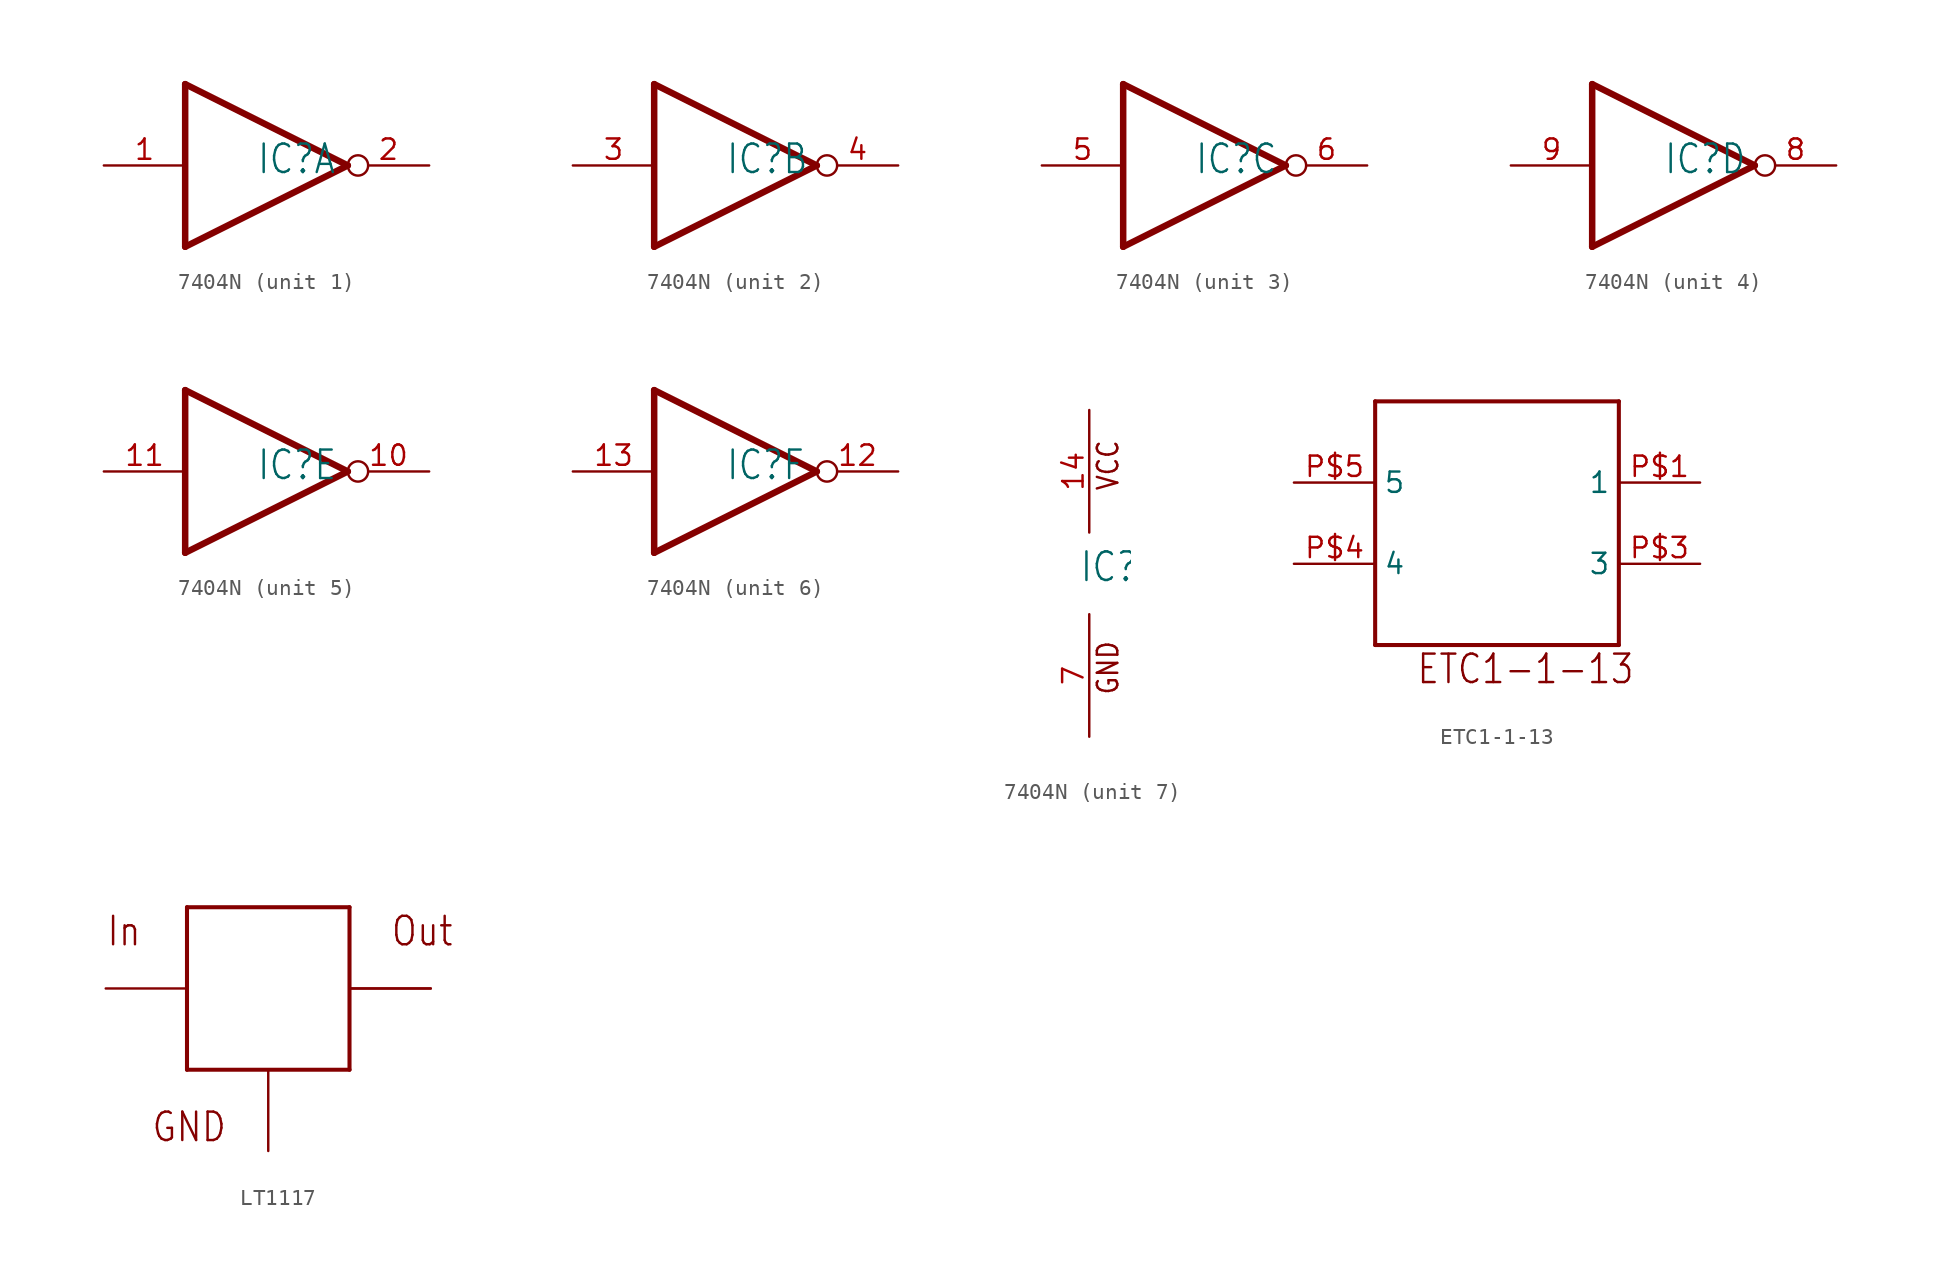
<source format=kicad_sym>
(kicad_symbol_lib
  (version 20231120)
  (generator "kicad_symbol_editor")
  (generator_version "8.0")
  (symbol "7404N"
    (property "Reference" "IC"
      (at -0.635 -0.635 0)
      (effects (font (size 1.778 1.511)) (justify left bottom)))
    (property "ki_locked" ""
      (at 0 0 0)
      (effects (font (size 1.27 1.27))))
    (symbol "7404N_1_0"
      (polyline (pts (xy -5.08 -5.08) (xy -5.08 5.08)) (stroke (width 0.406) (type solid)) (fill (type none)))
      (polyline (pts (xy -5.08 5.08) (xy 5.08 0)) (stroke (width 0.406) (type solid)) (fill (type none)))
      (polyline (pts (xy 5.08 0) (xy -5.08 -5.08)) (stroke (width 0.406) (type solid)) (fill (type none)))
      (pin input line (at -10.16 0 0) (length 5.08) (name "I" (effects (font (size 0 0)))) (number "1" (effects (font (size 1.27 1.27)))))
      (pin output inverted (at 10.16 0 180) (length 5.08) (name "O" (effects (font (size 0 0)))) (number "2" (effects (font (size 1.27 1.27))))))
    (symbol "7404N_2_0"
      (polyline (pts (xy -5.08 -5.08) (xy -5.08 5.08)) (stroke (width 0.406) (type solid)) (fill (type none)))
      (polyline (pts (xy -5.08 5.08) (xy 5.08 0)) (stroke (width 0.406) (type solid)) (fill (type none)))
      (polyline (pts (xy 5.08 0) (xy -5.08 -5.08)) (stroke (width 0.406) (type solid)) (fill (type none)))
      (pin input line (at -10.16 0 0) (length 5.08) (name "I" (effects (font (size 0 0)))) (number "3" (effects (font (size 1.27 1.27)))))
      (pin output inverted (at 10.16 0 180) (length 5.08) (name "O" (effects (font (size 0 0)))) (number "4" (effects (font (size 1.27 1.27))))))
    (symbol "7404N_3_0"
      (polyline (pts (xy -5.08 -5.08) (xy -5.08 5.08)) (stroke (width 0.406) (type solid)) (fill (type none)))
      (polyline (pts (xy -5.08 5.08) (xy 5.08 0)) (stroke (width 0.406) (type solid)) (fill (type none)))
      (polyline (pts (xy 5.08 0) (xy -5.08 -5.08)) (stroke (width 0.406) (type solid)) (fill (type none)))
      (pin input line (at -10.16 0 0) (length 5.08) (name "I" (effects (font (size 0 0)))) (number "5" (effects (font (size 1.27 1.27)))))
      (pin output inverted (at 10.16 0 180) (length 5.08) (name "O" (effects (font (size 0 0)))) (number "6" (effects (font (size 1.27 1.27))))))
    (symbol "7404N_4_0"
      (polyline (pts (xy -5.08 -5.08) (xy -5.08 5.08)) (stroke (width 0.406) (type solid)) (fill (type none)))
      (polyline (pts (xy -5.08 5.08) (xy 5.08 0)) (stroke (width 0.406) (type solid)) (fill (type none)))
      (polyline (pts (xy 5.08 0) (xy -5.08 -5.08)) (stroke (width 0.406) (type solid)) (fill (type none)))
      (pin output inverted (at 10.16 0 180) (length 5.08) (name "O" (effects (font (size 0 0)))) (number "8" (effects (font (size 1.27 1.27)))))
      (pin input line (at -10.16 0 0) (length 5.08) (name "I" (effects (font (size 0 0)))) (number "9" (effects (font (size 1.27 1.27))))))
    (symbol "7404N_5_0"
      (polyline (pts (xy -5.08 -5.08) (xy -5.08 5.08)) (stroke (width 0.406) (type solid)) (fill (type none)))
      (polyline (pts (xy -5.08 5.08) (xy 5.08 0)) (stroke (width 0.406) (type solid)) (fill (type none)))
      (polyline (pts (xy 5.08 0) (xy -5.08 -5.08)) (stroke (width 0.406) (type solid)) (fill (type none)))
      (pin output inverted (at 10.16 0 180) (length 5.08) (name "O" (effects (font (size 0 0)))) (number "10" (effects (font (size 1.27 1.27)))))
      (pin input line (at -10.16 0 0) (length 5.08) (name "I" (effects (font (size 0 0)))) (number "11" (effects (font (size 1.27 1.27))))))
    (symbol "7404N_6_0"
      (polyline (pts (xy -5.08 -5.08) (xy -5.08 5.08)) (stroke (width 0.406) (type solid)) (fill (type none)))
      (polyline (pts (xy -5.08 5.08) (xy 5.08 0)) (stroke (width 0.406) (type solid)) (fill (type none)))
      (polyline (pts (xy 5.08 0) (xy -5.08 -5.08)) (stroke (width 0.406) (type solid)) (fill (type none)))
      (pin output inverted (at 10.16 0 180) (length 5.08) (name "O" (effects (font (size 0 0)))) (number "12" (effects (font (size 1.27 1.27)))))
      (pin input line (at -10.16 0 0) (length 5.08) (name "I" (effects (font (size 0 0)))) (number "13" (effects (font (size 1.27 1.27))))))
    (symbol "7404N_7_0"
      (text "GND" (at 1.905 -7.62 900) (effects (font (size 1.27 1.079)) (justify left bottom)))
      (text "VCC" (at 1.905 5.08 900) (effects (font (size 1.27 1.079)) (justify left bottom)))
      (pin power_in line (at 0 10.16 270) (length 7.62) (name "VCC" (effects (font (size 0 0)))) (number "14" (effects (font (size 1.27 1.27)))))
      (pin power_in line (at 0 -10.16 90) (length 7.62) (name "GND" (effects (font (size 0 0)))) (number "7" (effects (font (size 1.27 1.27)))))))
  (symbol "ETC1-1-13"
    (property "Reference" ""
      (at 0 0 0)
      (effects (font (size 1.27 1.27)) (hide yes)))
    (property "ki_locked" ""
      (at 0 0 0)
      (effects (font (size 1.27 1.27))))
    (symbol "ETC1-1-13_1_0"
      (polyline (pts (xy 5.08 -5.08) (xy 20.32 -5.08)) (stroke (width 0.254) (type solid)) (fill (type none)))
      (polyline (pts (xy 5.08 10.16) (xy 5.08 -5.08)) (stroke (width 0.254) (type solid)) (fill (type none)))
      (polyline (pts (xy 20.32 -5.08) (xy 20.32 10.16)) (stroke (width 0.254) (type solid)) (fill (type none)))
      (polyline (pts (xy 20.32 10.16) (xy 5.08 10.16)) (stroke (width 0.254) (type solid)) (fill (type none)))
      (text "ETC1-1-13" (at 7.62 -7.62 0) (effects (font (size 1.778 1.511)) (justify left bottom)))
      (pin bidirectional line (at 25.4 5.08 180) (length 5.08) (name "1" (effects (font (size 1.27 1.27)))) (number "P$1" (effects (font (size 1.27 1.27)))))
      (pin bidirectional line (at 25.4 0 180) (length 5.08) (name "3" (effects (font (size 1.27 1.27)))) (number "P$3" (effects (font (size 1.27 1.27)))))
      (pin bidirectional line (at 0 0 0) (length 5.08) (name "4" (effects (font (size 1.27 1.27)))) (number "P$4" (effects (font (size 1.27 1.27)))))
      (pin bidirectional line (at 0 5.08 0) (length 5.08) (name "5" (effects (font (size 1.27 1.27)))) (number "P$5" (effects (font (size 1.27 1.27)))))))
  (symbol "LT1117"
    (property "Reference" ""
      (at 0 0 0)
      (effects (font (size 1.27 1.27)) (hide yes)))
    (property "ki_locked" ""
      (at 0 0 0)
      (effects (font (size 1.27 1.27))))
    (symbol "LT1117_1_0"
      (polyline (pts (xy -5.08 -2.54) (xy 5.08 -2.54)) (stroke (width 0.254) (type solid)) (fill (type none)))
      (polyline (pts (xy -5.08 7.62) (xy -5.08 -2.54)) (stroke (width 0.254) (type solid)) (fill (type none)))
      (polyline (pts (xy 5.08 -2.54) (xy 5.08 7.62)) (stroke (width 0.254) (type solid)) (fill (type none)))
      (polyline (pts (xy 5.08 7.62) (xy -5.08 7.62)) (stroke (width 0.254) (type solid)) (fill (type none)))
      (text "GND" (at -2.54 -5.08 0) (effects (font (size 1.778 1.511)) (justify right top)))
      (text "In" (at -10.16 5.08 0) (effects (font (size 1.778 1.511)) (justify left bottom)))
      (text "Out" (at 7.62 5.08 0) (effects (font (size 1.778 1.511)) (justify left bottom)))
      (pin bidirectional line (at 0 -7.62 90) (length 5.08) (name "GND" (effects (font (size 0 0)))) (number "1" (effects (font (size 0 0)))))
      (pin bidirectional line (at 10.16 2.54 180) (length 5.08) (name "OUT" (effects (font (size 0 0)))) (number "2" (effects (font (size 0 0)))))
      (pin bidirectional line (at -10.16 2.54 0) (length 5.08) (name "IN" (effects (font (size 0 0)))) (number "3" (effects (font (size 0 0)))))
      (pin bidirectional line (at 10.16 2.54 180) (length 5.08) (name "OUT" (effects (font (size 0 0)))) (number "4" (effects (font (size 0 0))))))))
</source>
